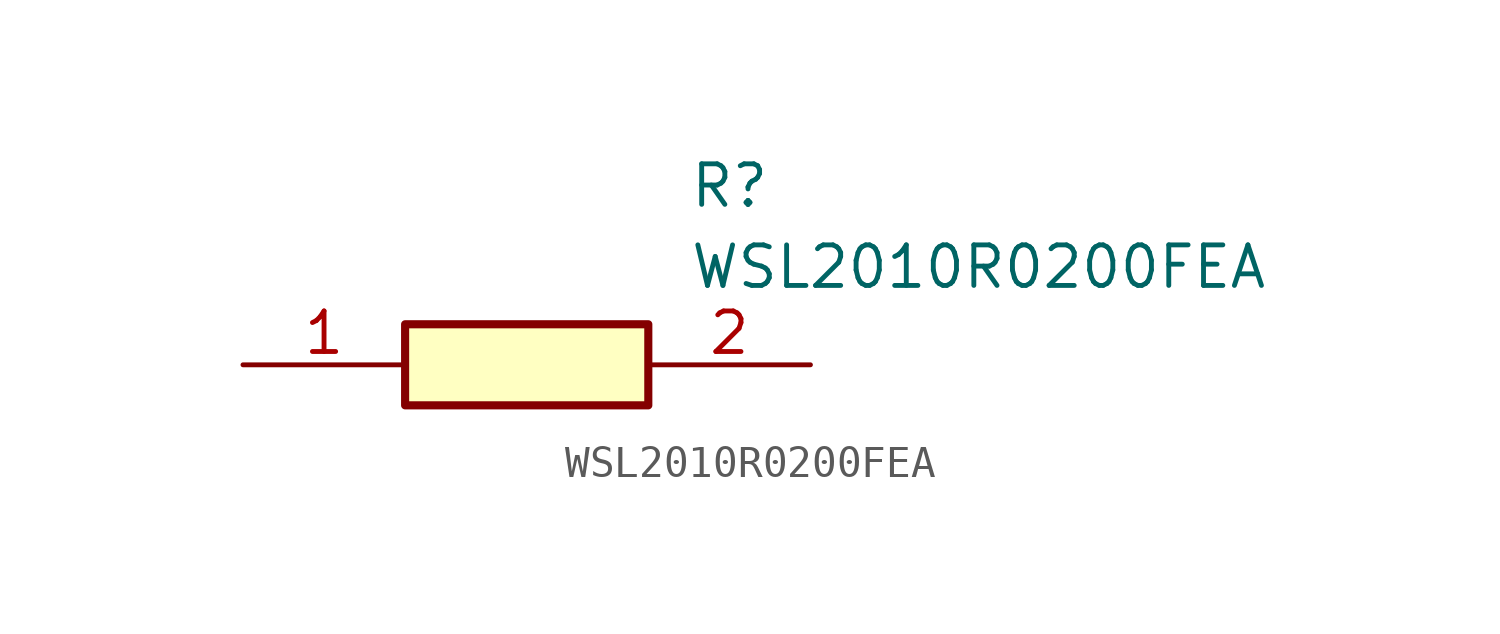
<source format=kicad_sym>
(kicad_symbol_lib
  (version 20211014)
  (generator SamacSys_ECAD_Model)
  (symbol "WSL2010R0200FEA"
    (pin_names hide)
    (property "Reference" "R"
      (at 13.97 6.35 0)
      (effects (font (size 1.27 1.27)) (justify left top)))
    (property "Value" "WSL2010R0200FEA"
      (at 13.97 3.81 0)
      (effects (font (size 1.27 1.27)) (justify left top)))
    (rectangle
      (start 5.08 1.27)
      (end 12.7 -1.27)
      (stroke (width 0.254) (type default))
      (fill (type background)))
    (pin passive line
      (at 0 0 0)
      (length 5.08)
      (name "1" (effects (font (size 1.27 1.27))))
      (number "1" (effects (font (size 1.27 1.27)))))
    (pin passive line
      (at 17.78 0 180)
      (length 5.08)
      (name "2" (effects (font (size 1.27 1.27))))
      (number "2" (effects (font (size 1.27 1.27)))))))
</source>
